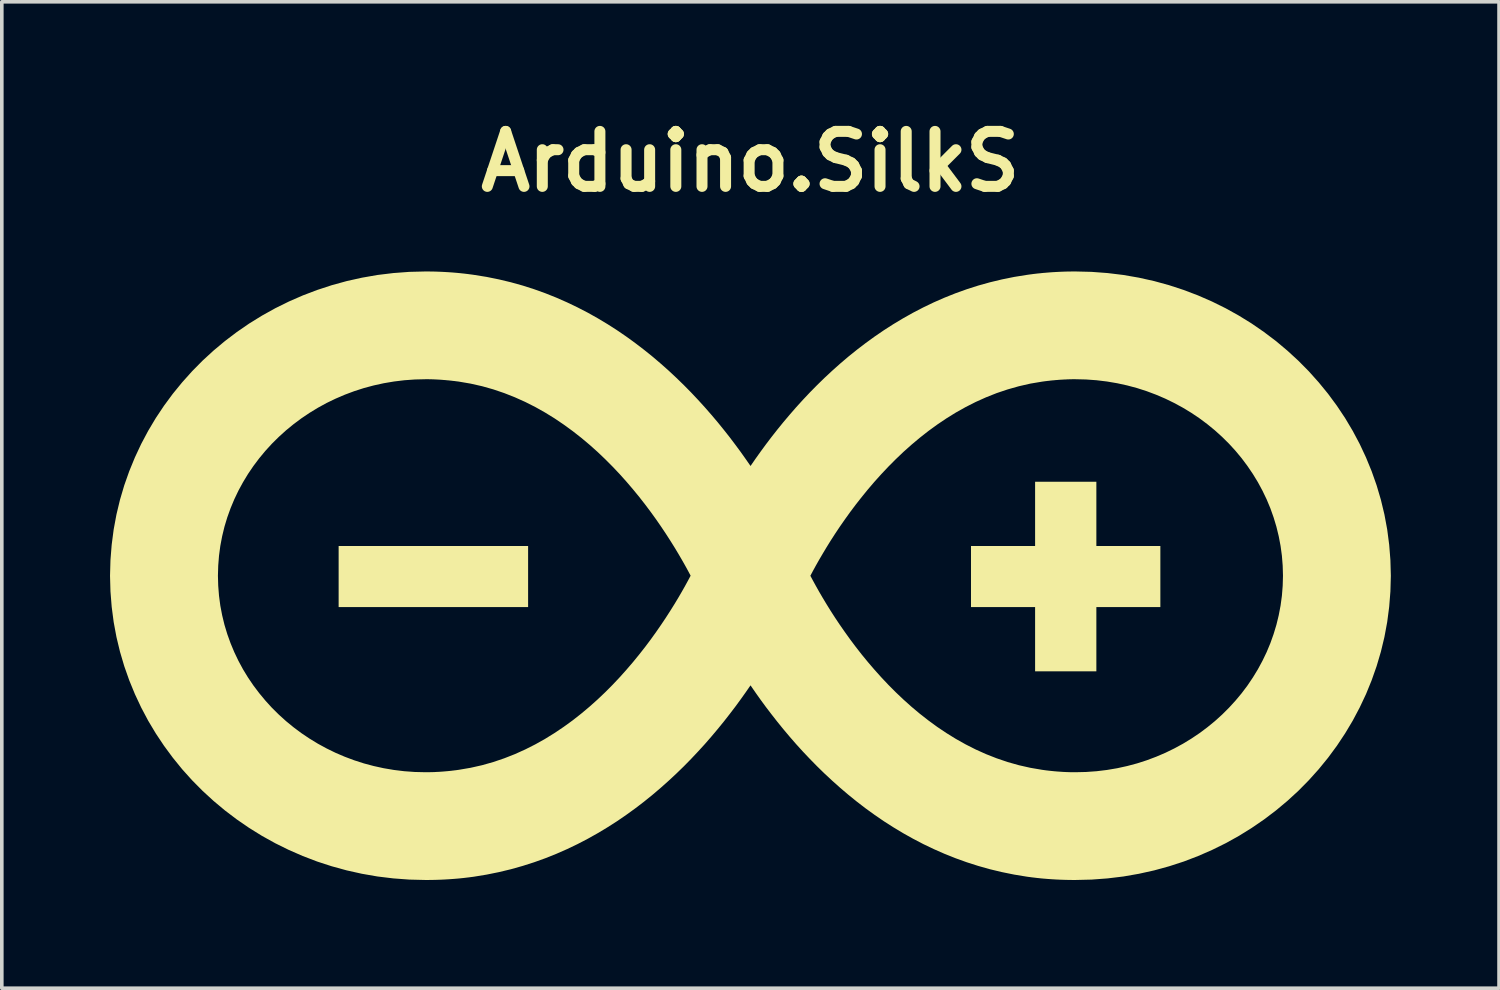
<source format=kicad_pcb>
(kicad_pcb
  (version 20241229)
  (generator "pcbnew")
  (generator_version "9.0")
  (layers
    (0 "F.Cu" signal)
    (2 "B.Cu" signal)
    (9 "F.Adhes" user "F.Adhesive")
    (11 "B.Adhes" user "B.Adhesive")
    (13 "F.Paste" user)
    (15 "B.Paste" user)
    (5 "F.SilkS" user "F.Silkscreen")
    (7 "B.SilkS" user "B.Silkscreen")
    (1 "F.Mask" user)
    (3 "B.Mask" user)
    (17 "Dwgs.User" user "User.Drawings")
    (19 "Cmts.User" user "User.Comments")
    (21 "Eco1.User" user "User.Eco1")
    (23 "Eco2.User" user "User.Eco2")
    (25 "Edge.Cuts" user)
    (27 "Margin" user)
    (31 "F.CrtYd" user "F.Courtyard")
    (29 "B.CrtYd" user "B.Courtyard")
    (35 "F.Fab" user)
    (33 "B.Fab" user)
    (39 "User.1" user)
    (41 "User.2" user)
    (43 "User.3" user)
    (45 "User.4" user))
  (footprint "Arduino.SilkS"
    (layer "F.Cu")
    (at 17.752 12.909)
    (property "Reference" "Arduino.SilkS" (at 0 -11.482 0) (layer "F.SilkS") (effects (font (size 1.524 1.524) (thickness 0.305))))
    (attr smd)
    (fp_poly (pts (xy -11.415 -0.824) (xy -10.759 -0.824) (xy -10.102 -0.824) (xy -9.446 -0.824) (xy -8.789 -0.824) (xy -8.133 -0.824) (xy -7.476 -0.824) (xy -6.82 -0.824) (xy -6.163 -0.824) (xy -6.163 -0.612) (xy -6.163 -0.401) (xy -6.163 -0.189) (xy -6.163 0.022) (xy -6.163 0.234) (xy -6.163 0.446) (xy -6.163 0.657) (xy -6.163 0.869) (xy -6.82 0.869) (xy -7.476 0.869) (xy -8.133 0.869) (xy -8.789 0.869) (xy -9.446 0.869) (xy -10.102 0.869) (xy -10.759 0.869) (xy -11.415 0.869) (xy -11.415 0.657) (xy -11.415 0.446) (xy -11.415 0.234) (xy -11.415 0.022) (xy -11.415 -0.189) (xy -11.415 -0.401) (xy -11.415 -0.612) (xy -11.415 -0.824)) (stroke (width 0) (type solid)) (fill yes) (layer "F.SilkS"))
    (fp_poly (pts (xy 11.363 0.869) (xy 11.363 0.446) (xy 11.363 0.022) (xy 11.363 -0.401) (xy 11.363 -0.824) (xy 10.92 -0.824) (xy 10.476 -0.824) (xy 10.032 -0.824) (xy 9.589 -0.824) (xy 9.589 -1.269) (xy 9.589 -1.714) (xy 9.589 -2.159) (xy 9.589 -2.605) (xy 9.164 -2.605) (xy 8.74 -2.605) (xy 8.316 -2.605) (xy 7.891 -2.605) (xy 7.891 -2.159) (xy 7.891 -1.714) (xy 7.891 -1.269) (xy 7.891 -0.824) (xy 7.447 -0.824) (xy 7.003 -0.824) (xy 6.559 -0.824) (xy 6.114 -0.824) (xy 6.114 -0.401) (xy 6.114 0.022) (xy 6.114 0.446) (xy 6.114 0.869) (xy 6.559 0.869) (xy 7.003 0.869) (xy 7.447 0.869) (xy 7.891 0.869) (xy 7.891 1.314) (xy 7.891 1.759) (xy 7.891 2.204) (xy 7.891 2.65) (xy 8.316 2.65) (xy 8.74 2.65) (xy 9.164 2.65) (xy 9.589 2.65) (xy 9.589 2.204) (xy 9.589 1.759) (xy 9.589 1.314) (xy 9.589 0.869) (xy 10.032 0.869) (xy 10.476 0.869) (xy 10.92 0.869) (xy 11.363 0.869)) (stroke (width 0) (type solid)) (fill yes) (layer "F.SilkS"))
    (fp_poly (pts (xy 17.752 0.001) (xy 12.874 -4.03) (xy 13.074 -3.849) (xy 13.265 -3.66) (xy 13.446 -3.462) (xy 13.617 -3.256) (xy 13.777 -3.042) (xy 13.927 -2.821) (xy 14.066 -2.593) (xy 14.193 -2.358) (xy 14.309 -2.117) (xy 14.412 -1.87) (xy 14.502 -1.617) (xy 14.58 -1.358) (xy 14.644 -1.095) (xy 14.695 -0.827) (xy 14.732 -0.555) (xy 14.754 -0.279) (xy 14.762 0.001) (xy 14.754 0.281) (xy 14.732 0.557) (xy 14.695 0.829) (xy 14.644 1.097) (xy 14.58 1.36) (xy 14.502 1.618) (xy 14.412 1.871) (xy 14.309 2.118) (xy 14.193 2.359) (xy 14.066 2.594) (xy 13.927 2.822) (xy 13.778 3.043) (xy 13.617 3.257) (xy 13.446 3.462) (xy 13.265 3.66) (xy 13.075 3.849) (xy 12.875 4.03) (xy 12.666 4.201) (xy 12.449 4.363) (xy 12.223 4.515) (xy 11.99 4.657) (xy 11.749 4.788) (xy 11.501 4.909) (xy 11.246 5.018) (xy 10.985 5.116) (xy 10.718 5.202) (xy 10.445 5.275) (xy 10.167 5.336) (xy 9.884 5.384) (xy 9.597 5.419) (xy 9.305 5.44) (xy 9.01 5.447) (xy 8.981 5.447) (xy 8.953 5.447) (xy 8.924 5.447) (xy 8.895 5.446) (xy 8.866 5.446) (xy 8.838 5.445) (xy 8.809 5.444) (xy 8.78 5.443) (xy 8.751 5.442) (xy 8.722 5.441) (xy 8.693 5.439) (xy 8.664 5.438) (xy 8.635 5.436) (xy 8.606 5.434) (xy 8.577 5.432) (xy 8.548 5.43) (xy 8.519 5.428) (xy 8.49 5.426) (xy 8.461 5.423) (xy 8.432 5.421) (xy 8.403 5.418) (xy 8.374 5.415) (xy 8.345 5.412) (xy 8.316 5.409) (xy 8.287 5.406) (xy 8.258 5.403) (xy 8.229 5.399) (xy 8.2 5.396) (xy 8.171 5.392) (xy 8.142 5.388) (xy 8.113 5.384) (xy 8.084 5.38) (xy 7.757 5.324) (xy 7.439 5.252) (xy 7.128 5.164) (xy 6.825 5.061) (xy 6.53 4.945) (xy 6.243 4.816) (xy 5.965 4.675) (xy 5.694 4.523) (xy 5.432 4.361) (xy 5.177 4.19) (xy 4.931 4.01) (xy 4.693 3.824) (xy 4.463 3.631) (xy 4.242 3.433) (xy 4.028 3.23) (xy 3.823 3.024) (xy 3.626 2.815) (xy 3.437 2.604) (xy 3.256 2.393) (xy 3.083 2.182) (xy 2.919 1.972) (xy 2.763 1.764) (xy 2.616 1.559) (xy 2.476 1.358) (xy 2.345 1.162) (xy 2.222 0.971) (xy 2.108 0.787) (xy 2.002 0.611) (xy 1.904 0.443) (xy 1.815 0.285) (xy 1.734 0.137) (xy 1.661 0.001) (xy 1.661 0.001) (xy 1.734 -0.136) (xy 1.815 -0.284) (xy 1.905 -0.443) (xy 2.003 -0.61) (xy 2.109 -0.787) (xy 2.223 -0.971) (xy 2.346 -1.162) (xy 2.477 -1.358) (xy 2.617 -1.559) (xy 2.764 -1.764) (xy 2.92 -1.972) (xy 3.085 -2.182) (xy 3.257 -2.393) (xy 3.438 -2.605) (xy 3.627 -2.815) (xy 3.824 -3.024) (xy 4.029 -3.23) (xy 4.242 -3.433) (xy 4.464 -3.631) (xy 4.694 -3.824) (xy 4.932 -4.011) (xy 5.178 -4.19) (xy 5.432 -4.361) (xy 5.694 -4.523) (xy 5.965 -4.675) (xy 6.243 -4.816) (xy 6.53 -4.945) (xy 6.825 -5.062) (xy 7.128 -5.164) (xy 7.439 -5.252) (xy 7.757 -5.325) (xy 8.084 -5.38) (xy 8.113 -5.384) (xy 8.142 -5.388) (xy 8.171 -5.392) (xy 8.199 -5.395) (xy 8.228 -5.399) (xy 8.257 -5.402) (xy 8.286 -5.405) (xy 8.315 -5.409) (xy 8.344 -5.412) (xy 8.373 -5.415) (xy 8.402 -5.417) (xy 8.431 -5.42) (xy 8.46 -5.423) (xy 8.488 -5.425) (xy 8.517 -5.427) (xy 8.546 -5.43) (xy 8.575 -5.432) (xy 8.604 -5.434) (xy 8.633 -5.435) (xy 8.662 -5.437) (xy 8.691 -5.439) (xy 8.72 -5.44) (xy 8.749 -5.441) (xy 8.777 -5.443) (xy 8.806 -5.444) (xy 8.835 -5.445) (xy 8.864 -5.445) (xy 8.892 -5.446) (xy 8.921 -5.447) (xy 8.949 -5.447) (xy 8.978 -5.447) (xy 9.006 -5.447) (xy 9.302 -5.44) (xy 9.594 -5.419) (xy 9.882 -5.384) (xy 10.165 -5.336) (xy 10.443 -5.275) (xy 10.716 -5.202) (xy 10.983 -5.116) (xy 11.244 -5.018) (xy 11.499 -4.909) (xy 11.747 -4.788) (xy 11.988 -4.657) (xy 12.222 -4.515) (xy 12.448 -4.363) (xy 12.665 -4.201) (xy 12.874 -4.03) (xy 17.752 0.001) (xy 17.74 -0.433) (xy 17.706 -0.86) (xy 17.651 -1.282) (xy 17.574 -1.697) (xy 17.476 -2.105) (xy 17.358 -2.505) (xy 17.22 -2.896) (xy 17.063 -3.279) (xy 16.888 -3.653) (xy 16.695 -4.016) (xy 16.484 -4.37) (xy 16.256 -4.712) (xy 16.012 -5.043) (xy 15.752 -5.361) (xy 15.477 -5.668) (xy 15.187 -5.961) (xy 14.883 -6.24) (xy 14.566 -6.506) (xy 14.235 -6.756) (xy 13.893 -6.992) (xy 13.538 -7.211) (xy -2.918 -1.973) (xy -2.762 -1.765) (xy -2.614 -1.56) (xy -2.475 -1.359) (xy -2.344 -1.163) (xy -2.221 -0.972) (xy -2.106 -0.788) (xy -2 -0.612) (xy -1.902 -0.444) (xy -1.812 -0.286) (xy -1.731 -0.138) (xy -1.658 -0.001) (xy -1.731 0.136) (xy -1.812 0.284) (xy -1.902 0.443) (xy -2 0.611) (xy -2.106 0.787) (xy -2.221 0.971) (xy -2.344 1.162) (xy -2.475 1.358) (xy -2.615 1.56) (xy -2.762 1.765) (xy -2.918 1.973) (xy -3.083 2.183) (xy -3.255 2.394) (xy -3.436 2.605) (xy -3.625 2.816) (xy -3.822 3.025) (xy -4.027 3.231) (xy -4.241 3.434) (xy -4.463 3.632) (xy -4.692 3.824) (xy -4.93 4.011) (xy -5.177 4.19) (xy -5.431 4.361) (xy -5.693 4.523) (xy -5.964 4.675) (xy -6.243 4.816) (xy -6.529 4.945) (xy -6.824 5.061) (xy -7.127 5.164) (xy -7.438 5.252) (xy -7.757 5.324) (xy -8.084 5.38) (xy -8.084 5.38) (xy -8.113 5.384) (xy -8.141 5.388) (xy -8.17 5.392) (xy -8.199 5.395) (xy -8.228 5.399) (xy -8.257 5.402) (xy -8.285 5.406) (xy -8.314 5.409) (xy -8.343 5.412) (xy -8.372 5.415) (xy -8.401 5.418) (xy -8.43 5.42) (xy -8.459 5.423) (xy -8.488 5.425) (xy -8.517 5.428) (xy -8.546 5.43) (xy -8.575 5.432) (xy -8.604 5.434) (xy -8.633 5.436) (xy -8.662 5.437) (xy -8.691 5.439) (xy -8.72 5.44) (xy -8.749 5.442) (xy -8.778 5.443) (xy -8.807 5.444) (xy -8.835 5.445) (xy -8.864 5.445) (xy -8.893 5.446) (xy -8.922 5.446) (xy -8.951 5.447) (xy -8.98 5.447) (xy -9.008 5.447) (xy -9.304 5.44) (xy -9.596 5.419) (xy -9.883 5.384) (xy -10.166 5.336) (xy -10.444 5.275) (xy -10.717 5.202) (xy -10.984 5.116) (xy -11.245 5.018) (xy -11.5 4.909) (xy -11.748 4.788) (xy -11.989 4.657) (xy -12.222 4.515) (xy -12.448 4.363) (xy -12.665 4.201) (xy -12.874 4.03) (xy -13.074 3.849) (xy -13.265 3.66) (xy -13.445 3.462) (xy -13.616 3.256) (xy -13.777 3.043) (xy -13.927 2.822) (xy -14.066 2.594) (xy -14.193 2.359) (xy -14.308 2.118) (xy -14.411 1.871) (xy -14.502 1.618) (xy -14.58 1.36) (xy -14.644 1.096) (xy -14.695 0.829) (xy -14.731 0.556) (xy -14.753 0.28) (xy -14.761 0.001) (xy -14.753 -0.279) (xy -14.731 -0.555) (xy -14.695 -0.827) (xy -14.644 -1.095) (xy -14.58 -1.359) (xy -14.502 -1.617) (xy -14.411 -1.87) (xy -14.308 -2.117) (xy -14.193 -2.358) (xy -14.065 -2.593) (xy -13.927 -2.821) (xy -13.777 -3.042) (xy -13.616 -3.256) (xy -13.445 -3.462) (xy -13.264 -3.66) (xy -13.073 -3.849) (xy -12.873 -4.03) (xy -12.664 -4.201) (xy -12.447 -4.363) (xy -12.221 -4.515) (xy -11.988 -4.657) (xy -11.747 -4.789) (xy -11.498 -4.909) (xy -11.244 -5.018) (xy -10.982 -5.116) (xy -10.715 -5.202) (xy -10.442 -5.275) (xy -10.164 -5.336) (xy -9.88 -5.384) (xy -9.593 -5.419) (xy -9.301 -5.44) (xy -9.005 -5.447) (xy -8.976 -5.447) (xy -8.948 -5.447) (xy -8.919 -5.447) (xy -8.89 -5.446) (xy -8.862 -5.446) (xy -8.833 -5.445) (xy -8.804 -5.444) (xy -8.775 -5.443) (xy -8.747 -5.442) (xy -8.718 -5.44) (xy -8.689 -5.439) (xy -8.66 -5.437) (xy -8.631 -5.436) (xy -8.602 -5.434) (xy -8.574 -5.432) (xy -8.545 -5.43) (xy -8.516 -5.427) (xy -8.487 -5.425) (xy -8.458 -5.423) (xy -8.429 -5.42) (xy -8.4 -5.417) (xy -8.371 -5.415) (xy -8.342 -5.412) (xy -8.314 -5.409) (xy -8.285 -5.406) (xy -8.256 -5.402) (xy -8.227 -5.399) (xy -8.198 -5.396) (xy -8.169 -5.392) (xy -8.14 -5.388) (xy -8.112 -5.385) (xy -8.083 -5.381) (xy -7.756 -5.325) (xy -7.437 -5.253) (xy -7.126 -5.165) (xy -6.823 -5.062) (xy -6.529 -4.946) (xy -6.242 -4.817) (xy -5.963 -4.676) (xy -5.693 -4.524) (xy -5.43 -4.362) (xy -5.176 -4.19) (xy -4.93 -4.011) (xy -4.692 -3.825) (xy -4.462 -3.632) (xy -4.24 -3.434) (xy -4.027 -3.231) (xy -3.822 -3.025) (xy -3.624 -2.816) (xy -3.435 -2.605) (xy -3.255 -2.394) (xy -3.082 -2.183) (xy -2.918 -1.973) (xy 13.538 -7.211) (xy 13.171 -7.415) (xy 12.794 -7.601) (xy 12.407 -7.77) (xy 12.01 -7.921) (xy 11.604 -8.054) (xy 11.189 -8.168) (xy 10.767 -8.262) (xy 10.336 -8.337) (xy 9.899 -8.39) (xy 9.456 -8.423) (xy 9.006 -8.434) (xy 8.965 -8.434) (xy 8.923 -8.434) (xy 8.881 -8.433) (xy 8.839 -8.433) (xy 8.797 -8.432) (xy 8.755 -8.431) (xy 8.713 -8.43) (xy 8.671 -8.428) (xy 8.629 -8.427) (xy 8.587 -8.425) (xy 8.545 -8.423) (xy 8.503 -8.421) (xy 8.461 -8.419) (xy 8.419 -8.416) (xy 8.377 -8.414) (xy 8.335 -8.411) (xy 8.293 -8.408) (xy 8.25 -8.404) (xy 8.208 -8.401) (xy 8.166 -8.397) (xy 8.124 -8.394) (xy 8.082 -8.39) (xy 8.04 -8.385) (xy 7.997 -8.381) (xy 7.955 -8.377) (xy 7.913 -8.372) (xy 7.871 -8.367) (xy 7.829 -8.362) (xy 7.787 -8.356) (xy 7.745 -8.351) (xy 7.703 -8.345) (xy 7.661 -8.339) (xy 7.313 -8.283) (xy 6.973 -8.214) (xy 6.64 -8.134) (xy 6.314 -8.043) (xy 5.995 -7.941) (xy 5.683 -7.829) (xy 5.378 -7.707) (xy 5.081 -7.577) (xy 4.79 -7.437) (xy 4.507 -7.29) (xy 4.231 -7.135) (xy 3.961 -6.973) (xy 3.699 -6.805) (xy 3.443 -6.63) (xy 3.195 -6.45) (xy 2.953 -6.265) (xy 2.718 -6.076) (xy 2.49 -5.882) (xy 2.269 -5.685) (xy 2.054 -5.485) (xy 1.847 -5.283) (xy 1.646 -5.079) (xy 1.452 -4.873) (xy 1.264 -4.666) (xy 1.084 -4.459) (xy 0.909 -4.252) (xy 0.742 -4.046) (xy 0.581 -3.841) (xy 0.427 -3.638) (xy 0.279 -3.436) (xy 0.137 -3.237) (xy 0.003 -3.042) (xy -0.133 -3.237) (xy -0.274 -3.436) (xy -0.423 -3.637) (xy -0.577 -3.841) (xy -0.739 -4.046) (xy -0.906 -4.252) (xy -1.081 -4.459) (xy -1.262 -4.666) (xy -1.45 -4.873) (xy -1.644 -5.079) (xy -1.845 -5.283) (xy -2.053 -5.485) (xy -2.267 -5.685) (xy -2.489 -5.882) (xy -2.717 -6.076) (xy -2.952 -6.265) (xy -3.194 -6.45) (xy -3.442 -6.63) (xy -3.698 -6.805) (xy -3.96 -6.973) (xy -4.23 -7.135) (xy -4.506 -7.29) (xy -4.79 -7.437) (xy -5.08 -7.576) (xy -5.377 -7.707) (xy -5.682 -7.829) (xy -5.994 -7.941) (xy -6.312 -8.043) (xy -6.638 -8.134) (xy -6.972 -8.214) (xy -7.312 -8.283) (xy -7.66 -8.339) (xy -7.701 -8.345) (xy -7.744 -8.351) (xy -7.786 -8.356) (xy -7.828 -8.362) (xy -7.87 -8.367) (xy -7.912 -8.372) (xy -7.954 -8.377) (xy -7.996 -8.381) (xy -8.038 -8.386) (xy -8.081 -8.39) (xy -8.123 -8.394) (xy -8.165 -8.398) (xy -8.207 -8.401) (xy -8.249 -8.405) (xy -8.291 -8.408) (xy -8.334 -8.411) (xy -8.376 -8.414) (xy -8.418 -8.416) (xy -8.46 -8.419) (xy -8.502 -8.421) (xy -8.544 -8.423) (xy -8.586 -8.425) (xy -8.628 -8.427) (xy -8.67 -8.428) (xy -8.712 -8.43) (xy -8.754 -8.431) (xy -8.796 -8.432) (xy -8.838 -8.433) (xy -8.88 -8.433) (xy -8.922 -8.434) (xy -8.963 -8.434) (xy -9.005 -8.434) (xy -9.455 -8.423) (xy -9.898 -8.39) (xy -10.336 -8.337) (xy -10.766 -8.262) (xy -11.189 -8.168) (xy -11.604 -8.054) (xy -12.01 -7.921) (xy -12.407 -7.77) (xy -12.794 -7.601) (xy -13.171 -7.415) (xy -13.538 -7.211) (xy -13.893 -6.992) (xy -14.236 -6.756) (xy -14.566 -6.506) (xy -14.884 -6.24) (xy -15.188 -5.961) (xy -15.477 -5.668) (xy -15.752 -5.361) (xy -16.012 -5.043) (xy -16.256 -4.712) (xy -16.484 -4.37) (xy -16.695 -4.016) (xy -16.888 -3.653) (xy -17.063 -3.279) (xy -17.22 -2.896) (xy -17.358 -2.505) (xy -17.476 -2.105) (xy -17.574 -1.697) (xy -17.651 -1.282) (xy -17.706 -0.86) (xy -17.74 -0.433) (xy -17.752 0.001) (xy -17.74 0.434) (xy -17.706 0.862) (xy -17.651 1.284) (xy -17.574 1.699) (xy -17.476 2.106) (xy -17.358 2.506) (xy -17.22 2.898) (xy -17.063 3.281) (xy -16.888 3.654) (xy -16.695 4.018) (xy -16.484 4.371) (xy -16.256 4.713) (xy -16.012 5.044) (xy -15.753 5.363) (xy -15.478 5.669) (xy -15.188 5.962) (xy -14.884 6.241) (xy -14.567 6.506) (xy -14.236 6.757) (xy -13.894 6.992) (xy -13.539 7.212) (xy -13.173 7.415) (xy -12.796 7.601) (xy -12.409 7.77) (xy -12.012 7.922) (xy -11.606 8.054) (xy -11.191 8.168) (xy -10.769 8.262) (xy -10.338 8.337) (xy -9.901 8.39) (xy -9.458 8.423) (xy -9.009 8.434) (xy -8.967 8.434) (xy -8.925 8.434) (xy -8.883 8.433) (xy -8.841 8.433) (xy -8.798 8.432) (xy -8.756 8.431) (xy -8.714 8.43) (xy -8.672 8.429) (xy -8.63 8.427) (xy -8.588 8.426) (xy -8.545 8.424) (xy -8.503 8.422) (xy -8.461 8.42) (xy -8.419 8.417) (xy -8.376 8.415) (xy -8.334 8.412) (xy -8.292 8.409) (xy -8.25 8.406) (xy -8.207 8.403) (xy -8.165 8.399) (xy -8.123 8.396) (xy -8.081 8.392) (xy -8.039 8.388) (xy -7.996 8.383) (xy -7.954 8.379) (xy -7.912 8.374) (xy -7.87 8.369) (xy -7.828 8.364) (xy -7.786 8.359) (xy -7.744 8.353) (xy -7.702 8.348) (xy -7.66 8.342) (xy -7.312 8.285) (xy -6.972 8.216) (xy -6.639 8.136) (xy -6.313 8.044) (xy -5.994 7.942) (xy -5.682 7.83) (xy -5.378 7.708) (xy -5.08 7.577) (xy -4.79 7.438) (xy -4.506 7.29) (xy -4.23 7.135) (xy -3.961 6.973) (xy -3.698 6.805) (xy -3.443 6.63) (xy -3.194 6.45) (xy -2.952 6.265) (xy -2.717 6.075) (xy -2.489 5.881) (xy -2.268 5.684) (xy -2.053 5.484) (xy -1.845 5.282) (xy -1.644 5.077) (xy -1.45 4.871) (xy -1.262 4.665) (xy -1.081 4.457) (xy -0.907 4.25) (xy -0.739 4.044) (xy -0.578 3.838) (xy -0.423 3.635) (xy -0.275 3.433) (xy -0.133 3.234) (xy 0.002 3.039) (xy 0.137 3.234) (xy 0.278 3.433) (xy 0.426 3.635) (xy 0.581 3.838) (xy 0.742 4.044) (xy 0.909 4.25) (xy 1.083 4.457) (xy 1.264 4.665) (xy 1.451 4.871) (xy 1.646 5.077) (xy 1.847 5.282) (xy 2.054 5.484) (xy 2.269 5.684) (xy 2.49 5.881) (xy 2.718 6.075) (xy 2.953 6.265) (xy 3.194 6.45) (xy 3.443 6.63) (xy 3.698 6.805) (xy 3.961 6.973) (xy 4.23 7.135) (xy 4.507 7.29) (xy 4.79 7.438) (xy 5.081 7.577) (xy 5.378 7.708) (xy 5.683 7.83) (xy 5.994 7.942) (xy 6.313 8.044) (xy 6.639 8.136) (xy 6.973 8.216) (xy 7.313 8.285) (xy 7.661 8.342) (xy 7.703 8.348) (xy 7.745 8.353) (xy 7.787 8.359) (xy 7.829 8.364) (xy 7.871 8.369) (xy 7.913 8.374) (xy 7.955 8.379) (xy 7.997 8.383) (xy 8.039 8.388) (xy 8.082 8.392) (xy 8.124 8.396) (xy 8.166 8.399) (xy 8.208 8.403) (xy 8.25 8.406) (xy 8.293 8.409) (xy 8.335 8.412) (xy 8.377 8.415) (xy 8.419 8.417) (xy 8.461 8.42) (xy 8.504 8.422) (xy 8.546 8.424) (xy 8.588 8.426) (xy 8.63 8.427) (xy 8.672 8.429) (xy 8.715 8.43) (xy 8.757 8.431) (xy 8.799 8.432) (xy 8.841 8.433) (xy 8.883 8.433) (xy 8.925 8.434) (xy 8.967 8.434) (xy 9.01 8.434) (xy 9.459 8.423) (xy 9.902 8.39) (xy 10.339 8.337) (xy 10.769 8.262) (xy 11.192 8.168) (xy 11.607 8.054) (xy 12.013 7.922) (xy 12.41 7.77) (xy 12.797 7.601) (xy 13.174 7.415) (xy 13.54 7.212) (xy 13.894 6.992) (xy 14.237 6.757) (xy 14.568 6.506) (xy 14.885 6.241) (xy 15.189 5.962) (xy 15.478 5.669) (xy 15.753 5.363) (xy 16.013 5.044) (xy 16.257 4.713) (xy 16.484 4.371) (xy 16.695 4.018) (xy 16.888 3.654) (xy 17.064 3.281) (xy 17.22 2.898) (xy 17.358 2.506) (xy 17.476 2.106) (xy 17.574 1.699) (xy 17.651 1.284) (xy 17.706 0.862) (xy 17.74 0.434) (xy 17.752 0.001) (xy 17.752 0.001)) (stroke (width 0) (type solid)) (fill yes) (layer "F.SilkS")))
  (gr_rect
    (start -3 -3)
    (end 38.503 24.343)
    (stroke (width 0.1) (type default))
    (fill no)
    (layer "Edge.Cuts")))
</source>
